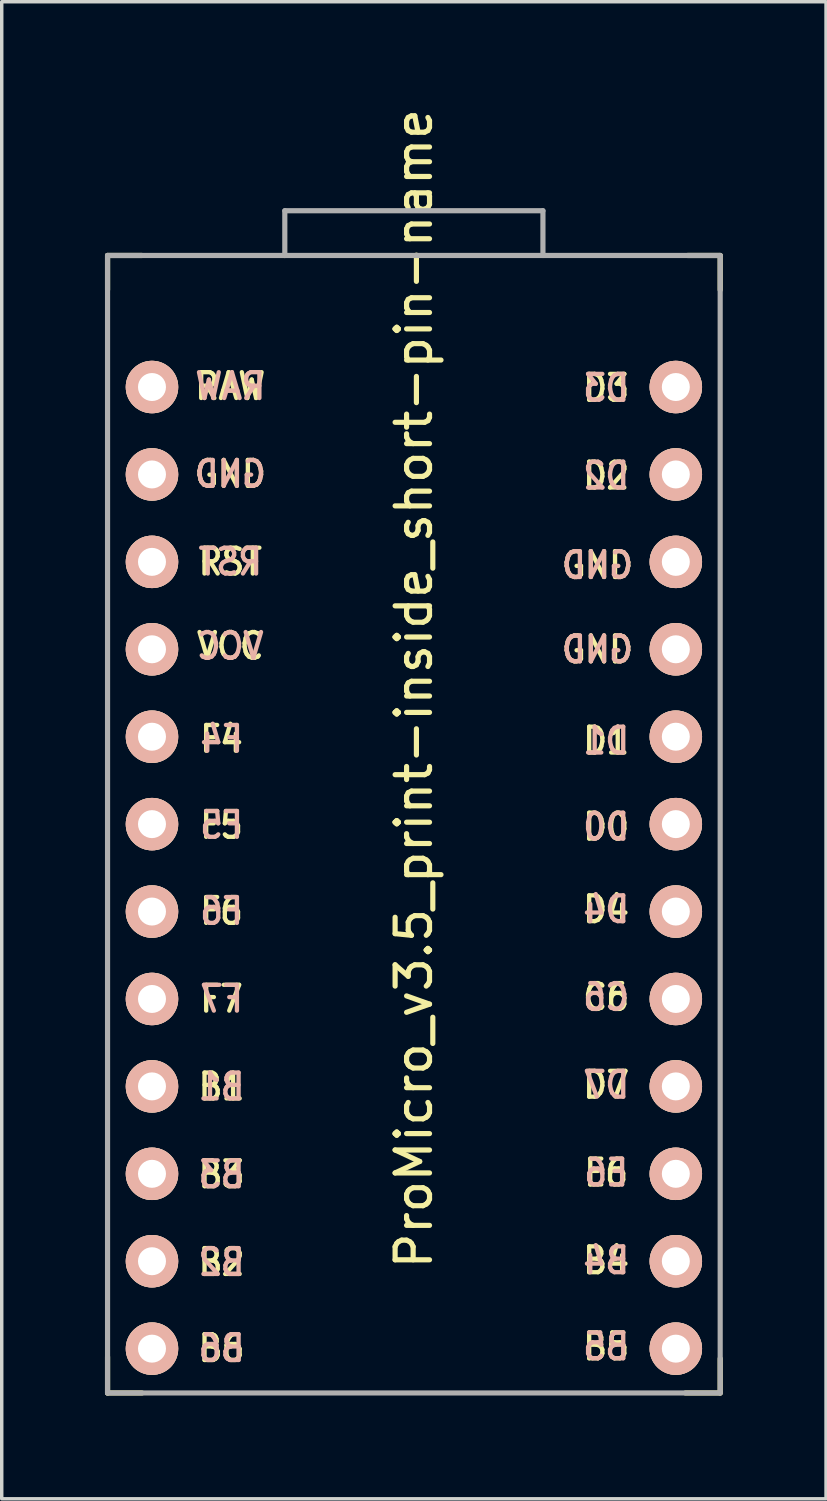
<source format=kicad_pcb>
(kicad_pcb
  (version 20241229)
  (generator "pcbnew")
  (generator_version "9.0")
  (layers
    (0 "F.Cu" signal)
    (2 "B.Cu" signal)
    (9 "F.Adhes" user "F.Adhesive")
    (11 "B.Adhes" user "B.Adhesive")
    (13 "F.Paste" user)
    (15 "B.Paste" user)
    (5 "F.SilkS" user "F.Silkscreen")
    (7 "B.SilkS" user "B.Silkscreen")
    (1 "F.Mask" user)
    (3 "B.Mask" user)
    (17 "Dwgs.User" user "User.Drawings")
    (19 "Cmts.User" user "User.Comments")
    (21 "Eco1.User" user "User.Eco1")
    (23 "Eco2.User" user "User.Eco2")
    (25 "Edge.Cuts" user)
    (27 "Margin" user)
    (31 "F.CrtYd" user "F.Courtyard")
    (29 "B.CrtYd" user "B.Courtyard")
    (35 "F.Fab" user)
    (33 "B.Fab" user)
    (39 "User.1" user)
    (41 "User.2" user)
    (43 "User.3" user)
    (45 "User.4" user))
  (footprint "ProMicro_v3.5_print-inside_short-pin-name"
    (layer "F.Cu")
    (at 8.975 22.673)
    (property "Reference" "ProMicro_v3.5_print-inside_short-pin-name" (at 0 -5.715 270) (layer "F.SilkS") (effects (font (size 1 1) (thickness 0.15))))
    (attr through_hole)
    (fp_line (start -8.9 -18.3) (end -8.9 -17.3) (stroke (width 0.15) (type solid)) (layer "F.SilkS"))
    (fp_line (start -8.9 -18.3) (end -7.9 -18.3) (stroke (width 0.15) (type solid)) (layer "F.SilkS"))
    (fp_line (start -8.9 13.7) (end -8.9 14.75) (stroke (width 0.15) (type solid)) (layer "F.SilkS"))
    (fp_line (start -8.9 14.75) (end -7.9 14.75) (stroke (width 0.15) (type solid)) (layer "F.SilkS"))
    (fp_line (start 8.9 -18.3) (end 7.95 -18.3) (stroke (width 0.15) (type solid)) (layer "F.SilkS"))
    (fp_line (start 8.9 -18.3) (end 8.9 -17.3) (stroke (width 0.15) (type solid)) (layer "F.SilkS"))
    (fp_line (start 8.9 13.75) (end 8.9 14.75) (stroke (width 0.15) (type solid)) (layer "F.SilkS"))
    (fp_line (start 8.9 14.75) (end 7.89 14.75) (stroke (width 0.15) (type solid)) (layer "F.SilkS"))
    (fp_line (start -8.9 -18.3) (end -3.75 -18.3) (stroke (width 0.15) (type solid)) (layer "F.Fab"))
    (fp_line (start -8.9 14.75) (end -8.9 -18.3) (stroke (width 0.15) (type solid)) (layer "F.Fab"))
    (fp_line (start -3.75 -19.6) (end -3.75 -18.299) (stroke (width 0.15) (type solid)) (layer "F.Fab"))
    (fp_line (start -3.75 -19.6) (end 3.75 -19.6) (stroke (width 0.15) (type solid)) (layer "F.Fab"))
    (fp_line (start -3.75 -18.3) (end 3.75 -18.3) (stroke (width 0.15) (type solid)) (layer "F.Fab"))
    (fp_line (start 3.75 -19.6) (end 3.75 -18.3) (stroke (width 0.15) (type solid)) (layer "F.Fab"))
    (fp_line (start 3.76 -18.3) (end 8.9 -18.3) (stroke (width 0.15) (type solid)) (layer "F.Fab"))
    (fp_line (start 8.9 -18.3) (end 8.9 14.75) (stroke (width 0.15) (type solid)) (layer "F.Fab"))
    (fp_line (start 8.9 14.75) (end -8.9 14.75) (stroke (width 0.15) (type solid)) (layer "F.Fab"))
    (fp_text user "F7" (at -5.588 3.3 0) (unlocked yes) (layer "F.SilkS") (effects (font (size 0.75 0.67) (thickness 0.125))))
    (fp_text user "E6" (at 5.588 8.35 0) (unlocked yes) (layer "F.SilkS") (effects (font (size 0.75 0.67) (thickness 0.125))))
    (fp_text user "RAW" (at -5.334 -14.5 0) (unlocked yes) (layer "F.SilkS") (effects (font (size 0.75 0.67) (thickness 0.125))))
    (fp_text user "B1" (at -5.588 5.85 0) (unlocked yes) (layer "F.SilkS") (effects (font (size 0.75 0.67) (thickness 0.125))))
    (fp_text user "VCC" (at -5.334 -6.95 0) (unlocked yes) (layer "F.SilkS") (effects (font (size 0.75 0.67) (thickness 0.125))))
    (fp_text user "GND" (at 5.334 -6.85 0) (unlocked yes) (layer "F.SilkS") (effects (font (size 0.75 0.67) (thickness 0.125))))
    (fp_text user "D3" (at 5.588 -14.45 0) (unlocked yes) (layer "F.SilkS") (effects (font (size 0.75 0.67) (thickness 0.125))))
    (fp_text user "GND" (at 5.334 -9.3 0) (unlocked yes) (layer "F.SilkS") (effects (font (size 0.75 0.67) (thickness 0.125))))
    (fp_text user "B3" (at -5.588 8.4 0) (unlocked yes) (layer "F.SilkS") (effects (font (size 0.75 0.67) (thickness 0.125))))
    (fp_text user "D1" (at 5.588 -4.2 0) (unlocked yes) (layer "F.SilkS") (effects (font (size 0.75 0.67) (thickness 0.125))))
    (fp_text user "B4" (at 5.588 10.9 0) (unlocked yes) (layer "F.SilkS") (effects (font (size 0.75 0.67) (thickness 0.125))))
    (fp_text user "D0" (at 5.588 -1.7 0) (unlocked yes) (layer "F.SilkS") (effects (font (size 0.75 0.67) (thickness 0.125))))
    (fp_text user "GND" (at -5.334 -11.95 0) (unlocked yes) (layer "F.SilkS") (effects (font (size 0.75 0.67) (thickness 0.125))))
    (fp_text user "RST" (at -5.334 -9.4 0) (unlocked yes) (layer "F.SilkS") (effects (font (size 0.75 0.67) (thickness 0.125))))
    (fp_text user "D4" (at 5.588 0.7 0) (unlocked yes) (layer "F.SilkS") (effects (font (size 0.75 0.67) (thickness 0.125))))
    (fp_text user "C6" (at 5.588 3.25 0) (unlocked yes) (layer "F.SilkS") (effects (font (size 0.75 0.67) (thickness 0.125))))
    (fp_text user "D2" (at 5.588 -11.9 0) (unlocked yes) (layer "F.SilkS") (effects (font (size 0.75 0.67) (thickness 0.125))))
    (fp_text user "F5" (at -5.588 -1.75 0) (unlocked yes) (layer "F.SilkS") (effects (font (size 0.75 0.67) (thickness 0.125))))
    (fp_text user "F6" (at -5.588 0.75 0) (unlocked yes) (layer "F.SilkS") (effects (font (size 0.75 0.67) (thickness 0.125))))
    (fp_text user "B6" (at -5.588 13.45 0) (unlocked yes) (layer "F.SilkS") (effects (font (size 0.75 0.67) (thickness 0.125))))
    (fp_text user "B5" (at 5.588 13.4 0) (unlocked yes) (layer "F.SilkS") (effects (font (size 0.75 0.67) (thickness 0.125))))
    (fp_text user "F4" (at -5.588 -4.25 0) (unlocked yes) (layer "F.SilkS") (effects (font (size 0.75 0.67) (thickness 0.125))))
    (fp_text user "D7" (at 5.588 5.8 0) (unlocked yes) (layer "F.SilkS") (effects (font (size 0.75 0.67) (thickness 0.125))))
    (fp_text user "B2" (at -5.588 10.95 0) (unlocked yes) (layer "F.SilkS") (effects (font (size 0.75 0.67) (thickness 0.125))))
    (fp_text user "VCC" (at -5.334 -6.95 0) (unlocked yes) (layer "B.SilkS") (effects (font (size 0.75 0.67) (thickness 0.125)) (justify mirror)))
    (fp_text user "F7" (at -5.588 3.3 0) (unlocked yes) (layer "B.SilkS") (effects (font (size 0.75 0.67) (thickness 0.125)) (justify mirror)))
    (fp_text user "D7" (at 5.588 5.8 0) (unlocked yes) (layer "B.SilkS") (effects (font (size 0.75 0.67) (thickness 0.125)) (justify mirror)))
    (fp_text user "C6" (at 5.588 3.25 0) (unlocked yes) (layer "B.SilkS") (effects (font (size 0.75 0.67) (thickness 0.125)) (justify mirror)))
    (fp_text user "RAW" (at -5.334 -14.5 0) (unlocked yes) (layer "B.SilkS") (effects (font (size 0.75 0.67) (thickness 0.125)) (justify mirror)))
    (fp_text user "E6" (at 5.588 8.35 0) (unlocked yes) (layer "B.SilkS") (effects (font (size 0.75 0.67) (thickness 0.125)) (justify mirror)))
    (fp_text user "B2" (at -5.588 10.95 0) (unlocked yes) (layer "B.SilkS") (effects (font (size 0.75 0.67) (thickness 0.125)) (justify mirror)))
    (fp_text user "GND" (at -5.334 -11.95 0) (unlocked yes) (layer "B.SilkS") (effects (font (size 0.75 0.67) (thickness 0.125)) (justify mirror)))
    (fp_text user "B1" (at -5.588 5.85 0) (unlocked yes) (layer "B.SilkS") (effects (font (size 0.75 0.67) (thickness 0.125)) (justify mirror)))
    (fp_text user "B3" (at -5.588 8.4 0) (unlocked yes) (layer "B.SilkS") (effects (font (size 0.75 0.67) (thickness 0.125)) (justify mirror)))
    (fp_text user "GND" (at 5.334 -6.85 0) (unlocked yes) (layer "B.SilkS") (effects (font (size 0.75 0.67) (thickness 0.125)) (justify mirror)))
    (fp_text user "D3" (at 5.588 -14.45 0) (unlocked yes) (layer "B.SilkS") (effects (font (size 0.75 0.67) (thickness 0.125)) (justify mirror)))
    (fp_text user "D1" (at 5.588 -4.2 0) (unlocked yes) (layer "B.SilkS") (effects (font (size 0.75 0.67) (thickness 0.125)) (justify mirror)))
    (fp_text user "GND" (at 5.334 -9.3 0) (unlocked yes) (layer "B.SilkS") (effects (font (size 0.75 0.67) (thickness 0.125)) (justify mirror)))
    (fp_text user "B6" (at -5.588 13.45 0) (unlocked yes) (layer "B.SilkS") (effects (font (size 0.75 0.67) (thickness 0.125)) (justify mirror)))
    (fp_text user "F6" (at -5.588 0.75 0) (unlocked yes) (layer "B.SilkS") (effects (font (size 0.75 0.67) (thickness 0.125)) (justify mirror)))
    (fp_text user "B4" (at 5.588 10.9 0) (unlocked yes) (layer "B.SilkS") (effects (font (size 0.75 0.67) (thickness 0.125)) (justify mirror)))
    (fp_text user "RST" (at -5.334 -9.4 0) (unlocked yes) (layer "B.SilkS") (effects (font (size 0.75 0.67) (thickness 0.125)) (justify mirror)))
    (fp_text user "D4" (at 5.588 0.7 0) (unlocked yes) (layer "B.SilkS") (effects (font (size 0.75 0.67) (thickness 0.125)) (justify mirror)))
    (fp_text user "D0" (at 5.588 -1.7 0) (unlocked yes) (layer "B.SilkS") (effects (font (size 0.75 0.67) (thickness 0.125)) (justify mirror)))
    (fp_text user "B5" (at 5.588 13.4 0) (unlocked yes) (layer "B.SilkS") (effects (font (size 0.75 0.67) (thickness 0.125)) (justify mirror)))
    (fp_text user "F4" (at -5.588 -4.25 0) (unlocked yes) (layer "B.SilkS") (effects (font (size 0.75 0.67) (thickness 0.125)) (justify mirror)))
    (fp_text user "F5" (at -5.588 -1.75 0) (unlocked yes) (layer "B.SilkS") (effects (font (size 0.75 0.67) (thickness 0.125)) (justify mirror)))
    (fp_text user "D2" (at 5.588 -11.9 0) (unlocked yes) (layer "B.SilkS") (effects (font (size 0.75 0.67) (thickness 0.125)) (justify mirror)))
    (pad "1" thru_hole circle (at 7.611 -14.478) (size 1.524 1.524) (drill 0.813) (layers "*.Cu" "*.SilkS" "*.Mask"))
    (pad "2" thru_hole circle (at 7.611 -11.938) (size 1.524 1.524) (drill 0.813) (layers "*.Cu" "*.SilkS" "*.Mask"))
    (pad "3" thru_hole circle (at 7.611 -9.398) (size 1.524 1.524) (drill 0.813) (layers "*.Cu" "*.SilkS" "*.Mask"))
    (pad "4" thru_hole circle (at 7.611 -6.858) (size 1.524 1.524) (drill 0.813) (layers "*.Cu" "*.SilkS" "*.Mask"))
    (pad "5" thru_hole circle (at 7.611 -4.318) (size 1.524 1.524) (drill 0.813) (layers "*.Cu" "*.SilkS" "*.Mask"))
    (pad "6" thru_hole circle (at 7.611 -1.778) (size 1.524 1.524) (drill 0.813) (layers "*.Cu" "*.SilkS" "*.Mask"))
    (pad "7" thru_hole circle (at 7.611 0.762) (size 1.524 1.524) (drill 0.813) (layers "*.Cu" "*.SilkS" "*.Mask"))
    (pad "8" thru_hole circle (at 7.611 3.302) (size 1.524 1.524) (drill 0.813) (layers "*.Cu" "*.SilkS" "*.Mask"))
    (pad "9" thru_hole circle (at 7.611 5.842) (size 1.524 1.524) (drill 0.813) (layers "*.Cu" "*.SilkS" "*.Mask"))
    (pad "10" thru_hole circle (at 7.611 8.382) (size 1.524 1.524) (drill 0.813) (layers "*.Cu" "*.SilkS" "*.Mask"))
    (pad "11" thru_hole circle (at 7.611 10.922) (size 1.524 1.524) (drill 0.813) (layers "*.Cu" "*.SilkS" "*.Mask"))
    (pad "12" thru_hole circle (at 7.611 13.462) (size 1.524 1.524) (drill 0.813) (layers "*.Cu" "*.SilkS" "*.Mask"))
    (pad "13" thru_hole circle (at -7.609 13.462) (size 1.524 1.524) (drill 0.813) (layers "*.Cu" "*.SilkS" "*.Mask"))
    (pad "14" thru_hole circle (at -7.609 10.922) (size 1.524 1.524) (drill 0.813) (layers "*.Cu" "*.SilkS" "*.Mask"))
    (pad "15" thru_hole circle (at -7.609 8.382) (size 1.524 1.524) (drill 0.813) (layers "*.Cu" "*.SilkS" "*.Mask"))
    (pad "16" thru_hole circle (at -7.609 5.842) (size 1.524 1.524) (drill 0.813) (layers "*.Cu" "*.SilkS" "*.Mask"))
    (pad "17" thru_hole circle (at -7.609 3.302) (size 1.524 1.524) (drill 0.813) (layers "*.Cu" "*.SilkS" "*.Mask"))
    (pad "18" thru_hole circle (at -7.609 0.762) (size 1.524 1.524) (drill 0.813) (layers "*.Cu" "*.SilkS" "*.Mask"))
    (pad "19" thru_hole circle (at -7.609 -1.778) (size 1.524 1.524) (drill 0.813) (layers "*.Cu" "*.SilkS" "*.Mask"))
    (pad "20" thru_hole circle (at -7.609 -4.318) (size 1.524 1.524) (drill 0.813) (layers "*.Cu" "*.SilkS" "*.Mask"))
    (pad "21" thru_hole circle (at -7.609 -6.858) (size 1.524 1.524) (drill 0.813) (layers "*.Cu" "*.SilkS" "*.Mask"))
    (pad "22" thru_hole circle (at -7.609 -9.398) (size 1.524 1.524) (drill 0.813) (layers "*.Cu" "*.SilkS" "*.Mask"))
    (pad "23" thru_hole circle (at -7.609 -11.938) (size 1.524 1.524) (drill 0.813) (layers "*.Cu" "*.SilkS" "*.Mask"))
    (pad "24" thru_hole circle (at -7.609 -14.478) (size 1.524 1.524) (drill 0.813) (layers "*.Cu" "*.SilkS" "*.Mask")))
  (gr_rect
    (start -3 -3)
    (end 20.95 40.498)
    (stroke (width 0.1) (type default))
    (fill no)
    (layer "Edge.Cuts")))
</source>
